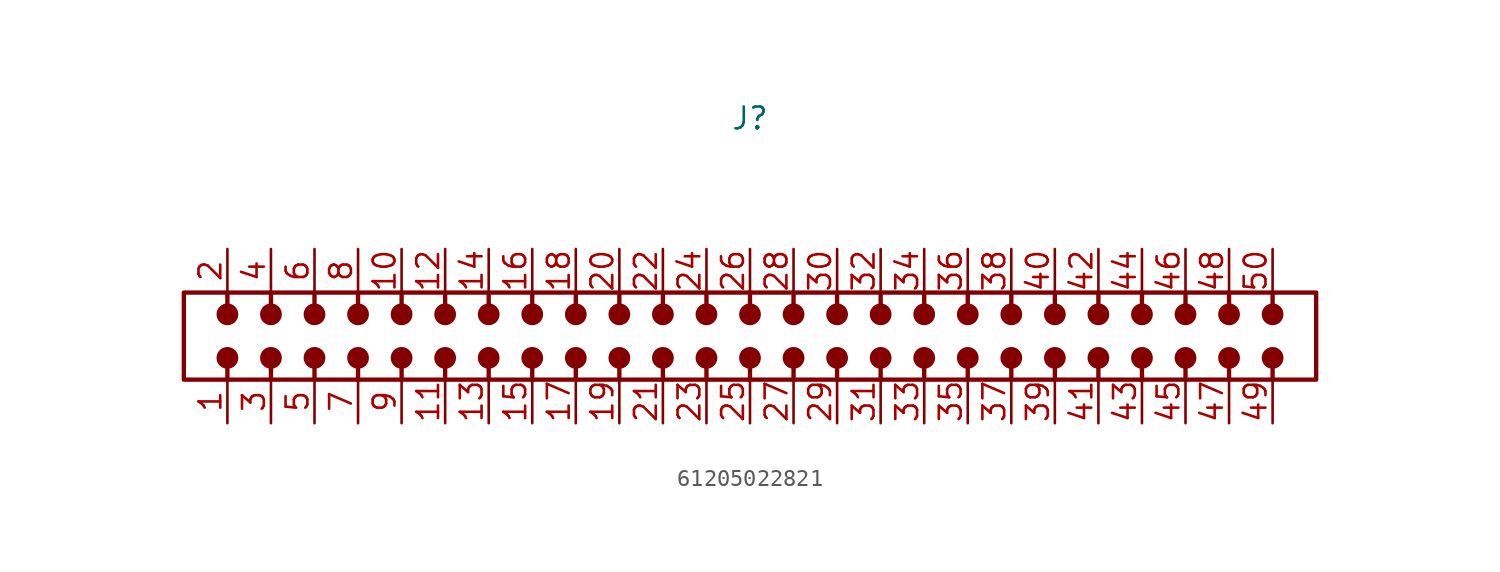
<source format=kicad_sym>
(kicad_symbol_lib
  (version 20241209)
  (generator "kicad_symbol_editor")
  (generator_version "9.0")
  (symbol "61205022821"
    (pin_names
      (hide yes))
    (property "Reference" "J"
      (at 0 12.7 0)
      (effects (font (size 1.27 1.27))))
    (symbol "61205022821_1_1"
      (rectangle (start -33.02 2.54) (end 33.02 -2.54) (stroke (width 0.254) (type solid)) (fill (type none)))
      (polyline (pts (xy -30.48 1.778) (xy -30.48 2.54)) (stroke (width 0.254) (type solid)) (fill (type none)))
      (circle (center -30.48 1.27) (radius 0.508) (stroke (width 0.254) (type solid)) (fill (type outline)))
      (circle (center -30.48 -1.27) (radius 0.508) (stroke (width 0.254) (type solid)) (fill (type outline)))
      (polyline (pts (xy -30.48 -1.778) (xy -30.48 -2.54)) (stroke (width 0.254) (type solid)) (fill (type none)))
      (polyline (pts (xy -27.94 1.778) (xy -27.94 2.54)) (stroke (width 0.254) (type solid)) (fill (type none)))
      (circle (center -27.94 1.27) (radius 0.508) (stroke (width 0.254) (type solid)) (fill (type outline)))
      (circle (center -27.94 -1.27) (radius 0.508) (stroke (width 0.254) (type solid)) (fill (type outline)))
      (polyline (pts (xy -27.94 -1.778) (xy -27.94 -2.54)) (stroke (width 0.254) (type solid)) (fill (type none)))
      (polyline (pts (xy -25.4 1.778) (xy -25.4 2.54)) (stroke (width 0.254) (type solid)) (fill (type none)))
      (circle (center -25.4 1.27) (radius 0.508) (stroke (width 0.254) (type solid)) (fill (type outline)))
      (circle (center -25.4 -1.27) (radius 0.508) (stroke (width 0.254) (type solid)) (fill (type outline)))
      (polyline (pts (xy -25.4 -1.778) (xy -25.4 -2.54)) (stroke (width 0.254) (type solid)) (fill (type none)))
      (polyline (pts (xy -22.86 1.778) (xy -22.86 2.54)) (stroke (width 0.254) (type solid)) (fill (type none)))
      (circle (center -22.86 1.27) (radius 0.508) (stroke (width 0.254) (type solid)) (fill (type outline)))
      (circle (center -22.86 -1.27) (radius 0.508) (stroke (width 0.254) (type solid)) (fill (type outline)))
      (polyline (pts (xy -22.86 -1.778) (xy -22.86 -2.54)) (stroke (width 0.254) (type solid)) (fill (type none)))
      (polyline (pts (xy -20.32 1.778) (xy -20.32 2.54)) (stroke (width 0.254) (type solid)) (fill (type none)))
      (circle (center -20.32 1.27) (radius 0.508) (stroke (width 0.254) (type solid)) (fill (type outline)))
      (circle (center -20.32 -1.27) (radius 0.508) (stroke (width 0.254) (type solid)) (fill (type outline)))
      (polyline (pts (xy -20.32 -1.778) (xy -20.32 -2.54)) (stroke (width 0.254) (type solid)) (fill (type none)))
      (polyline (pts (xy -17.78 1.778) (xy -17.78 2.54)) (stroke (width 0.254) (type solid)) (fill (type none)))
      (circle (center -17.78 1.27) (radius 0.508) (stroke (width 0.254) (type solid)) (fill (type outline)))
      (circle (center -17.78 -1.27) (radius 0.508) (stroke (width 0.254) (type solid)) (fill (type outline)))
      (polyline (pts (xy -17.78 -1.778) (xy -17.78 -2.54)) (stroke (width 0.254) (type solid)) (fill (type none)))
      (polyline (pts (xy -15.24 1.778) (xy -15.24 2.54)) (stroke (width 0.254) (type solid)) (fill (type none)))
      (circle (center -15.24 1.27) (radius 0.508) (stroke (width 0.254) (type solid)) (fill (type outline)))
      (circle (center -15.24 -1.27) (radius 0.508) (stroke (width 0.254) (type solid)) (fill (type outline)))
      (polyline (pts (xy -15.24 -1.778) (xy -15.24 -2.54)) (stroke (width 0.254) (type solid)) (fill (type none)))
      (polyline (pts (xy -12.7 1.778) (xy -12.7 2.54)) (stroke (width 0.254) (type solid)) (fill (type none)))
      (circle (center -12.7 1.27) (radius 0.508) (stroke (width 0.254) (type solid)) (fill (type outline)))
      (circle (center -12.7 -1.27) (radius 0.508) (stroke (width 0.254) (type solid)) (fill (type outline)))
      (polyline (pts (xy -12.7 -1.778) (xy -12.7 -2.54)) (stroke (width 0.254) (type solid)) (fill (type none)))
      (polyline (pts (xy -10.16 1.778) (xy -10.16 2.54)) (stroke (width 0.254) (type solid)) (fill (type none)))
      (circle (center -10.16 1.27) (radius 0.508) (stroke (width 0.254) (type solid)) (fill (type outline)))
      (circle (center -10.16 -1.27) (radius 0.508) (stroke (width 0.254) (type solid)) (fill (type outline)))
      (polyline (pts (xy -10.16 -1.778) (xy -10.16 -2.54)) (stroke (width 0.254) (type solid)) (fill (type none)))
      (polyline (pts (xy -7.62 1.778) (xy -7.62 2.54)) (stroke (width 0.254) (type solid)) (fill (type none)))
      (circle (center -7.62 1.27) (radius 0.508) (stroke (width 0.254) (type solid)) (fill (type outline)))
      (circle (center -7.62 -1.27) (radius 0.508) (stroke (width 0.254) (type solid)) (fill (type outline)))
      (polyline (pts (xy -7.62 -1.778) (xy -7.62 -2.54)) (stroke (width 0.254) (type solid)) (fill (type none)))
      (polyline (pts (xy -5.08 1.778) (xy -5.08 2.54)) (stroke (width 0.254) (type solid)) (fill (type none)))
      (circle (center -5.08 1.27) (radius 0.508) (stroke (width 0.254) (type solid)) (fill (type outline)))
      (circle (center -5.08 -1.27) (radius 0.508) (stroke (width 0.254) (type solid)) (fill (type outline)))
      (polyline (pts (xy -5.08 -1.778) (xy -5.08 -2.54)) (stroke (width 0.254) (type solid)) (fill (type none)))
      (polyline (pts (xy -2.54 1.778) (xy -2.54 2.54)) (stroke (width 0.254) (type solid)) (fill (type none)))
      (circle (center -2.54 1.27) (radius 0.508) (stroke (width 0.254) (type solid)) (fill (type outline)))
      (circle (center -2.54 -1.27) (radius 0.508) (stroke (width 0.254) (type solid)) (fill (type outline)))
      (polyline (pts (xy -2.54 -1.778) (xy -2.54 -2.54)) (stroke (width 0.254) (type solid)) (fill (type none)))
      (polyline (pts (xy 0 1.778) (xy 0 2.54)) (stroke (width 0.254) (type solid)) (fill (type none)))
      (circle (center 0 1.27) (radius 0.508) (stroke (width 0.254) (type solid)) (fill (type outline)))
      (circle (center 0 -1.27) (radius 0.508) (stroke (width 0.254) (type solid)) (fill (type outline)))
      (polyline (pts (xy 0 -1.778) (xy 0 -2.54)) (stroke (width 0.254) (type solid)) (fill (type none)))
      (polyline (pts (xy 2.54 1.778) (xy 2.54 2.54)) (stroke (width 0.254) (type solid)) (fill (type none)))
      (circle (center 2.54 1.27) (radius 0.508) (stroke (width 0.254) (type solid)) (fill (type outline)))
      (circle (center 2.54 -1.27) (radius 0.508) (stroke (width 0.254) (type solid)) (fill (type outline)))
      (polyline (pts (xy 2.54 -1.778) (xy 2.54 -2.54)) (stroke (width 0.254) (type solid)) (fill (type none)))
      (polyline (pts (xy 5.08 1.778) (xy 5.08 2.54)) (stroke (width 0.254) (type solid)) (fill (type none)))
      (circle (center 5.08 1.27) (radius 0.508) (stroke (width 0.254) (type solid)) (fill (type outline)))
      (circle (center 5.08 -1.27) (radius 0.508) (stroke (width 0.254) (type solid)) (fill (type outline)))
      (polyline (pts (xy 5.08 -1.778) (xy 5.08 -2.54)) (stroke (width 0.254) (type solid)) (fill (type none)))
      (polyline (pts (xy 7.62 1.778) (xy 7.62 2.54)) (stroke (width 0.254) (type solid)) (fill (type none)))
      (circle (center 7.62 1.27) (radius 0.508) (stroke (width 0.254) (type solid)) (fill (type outline)))
      (circle (center 7.62 -1.27) (radius 0.508) (stroke (width 0.254) (type solid)) (fill (type outline)))
      (polyline (pts (xy 7.62 -1.778) (xy 7.62 -2.54)) (stroke (width 0.254) (type solid)) (fill (type none)))
      (polyline (pts (xy 10.16 1.778) (xy 10.16 2.54)) (stroke (width 0.254) (type solid)) (fill (type none)))
      (circle (center 10.16 1.27) (radius 0.508) (stroke (width 0.254) (type solid)) (fill (type outline)))
      (circle (center 10.16 -1.27) (radius 0.508) (stroke (width 0.254) (type solid)) (fill (type outline)))
      (polyline (pts (xy 10.16 -1.778) (xy 10.16 -2.54)) (stroke (width 0.254) (type solid)) (fill (type none)))
      (polyline (pts (xy 12.7 1.778) (xy 12.7 2.54)) (stroke (width 0.254) (type solid)) (fill (type none)))
      (circle (center 12.7 1.27) (radius 0.508) (stroke (width 0.254) (type solid)) (fill (type outline)))
      (circle (center 12.7 -1.27) (radius 0.508) (stroke (width 0.254) (type solid)) (fill (type outline)))
      (polyline (pts (xy 12.7 -1.778) (xy 12.7 -2.54)) (stroke (width 0.254) (type solid)) (fill (type none)))
      (polyline (pts (xy 15.24 1.778) (xy 15.24 2.54)) (stroke (width 0.254) (type solid)) (fill (type none)))
      (circle (center 15.24 1.27) (radius 0.508) (stroke (width 0.254) (type solid)) (fill (type outline)))
      (circle (center 15.24 -1.27) (radius 0.508) (stroke (width 0.254) (type solid)) (fill (type outline)))
      (polyline (pts (xy 15.24 -1.778) (xy 15.24 -2.54)) (stroke (width 0.254) (type solid)) (fill (type none)))
      (polyline (pts (xy 17.78 1.778) (xy 17.78 2.54)) (stroke (width 0.254) (type solid)) (fill (type none)))
      (circle (center 17.78 1.27) (radius 0.508) (stroke (width 0.254) (type solid)) (fill (type outline)))
      (circle (center 17.78 -1.27) (radius 0.508) (stroke (width 0.254) (type solid)) (fill (type outline)))
      (polyline (pts (xy 17.78 -1.778) (xy 17.78 -2.54)) (stroke (width 0.254) (type solid)) (fill (type none)))
      (polyline (pts (xy 20.32 1.778) (xy 20.32 2.54)) (stroke (width 0.254) (type solid)) (fill (type none)))
      (circle (center 20.32 1.27) (radius 0.508) (stroke (width 0.254) (type solid)) (fill (type outline)))
      (circle (center 20.32 -1.27) (radius 0.508) (stroke (width 0.254) (type solid)) (fill (type outline)))
      (polyline (pts (xy 20.32 -1.778) (xy 20.32 -2.54)) (stroke (width 0.254) (type solid)) (fill (type none)))
      (polyline (pts (xy 22.86 1.778) (xy 22.86 2.54)) (stroke (width 0.254) (type solid)) (fill (type none)))
      (circle (center 22.86 1.27) (radius 0.508) (stroke (width 0.254) (type solid)) (fill (type outline)))
      (circle (center 22.86 -1.27) (radius 0.508) (stroke (width 0.254) (type solid)) (fill (type outline)))
      (polyline (pts (xy 22.86 -1.778) (xy 22.86 -2.54)) (stroke (width 0.254) (type solid)) (fill (type none)))
      (polyline (pts (xy 25.4 1.778) (xy 25.4 2.54)) (stroke (width 0.254) (type solid)) (fill (type none)))
      (circle (center 25.4 1.27) (radius 0.508) (stroke (width 0.254) (type solid)) (fill (type outline)))
      (circle (center 25.4 -1.27) (radius 0.508) (stroke (width 0.254) (type solid)) (fill (type outline)))
      (polyline (pts (xy 25.4 -1.778) (xy 25.4 -2.54)) (stroke (width 0.254) (type solid)) (fill (type none)))
      (polyline (pts (xy 27.94 1.778) (xy 27.94 2.54)) (stroke (width 0.254) (type solid)) (fill (type none)))
      (circle (center 27.94 1.27) (radius 0.508) (stroke (width 0.254) (type solid)) (fill (type outline)))
      (circle (center 27.94 -1.27) (radius 0.508) (stroke (width 0.254) (type solid)) (fill (type outline)))
      (polyline (pts (xy 27.94 -1.778) (xy 27.94 -2.54)) (stroke (width 0.254) (type solid)) (fill (type none)))
      (polyline (pts (xy 30.48 1.778) (xy 30.48 2.54)) (stroke (width 0.254) (type solid)) (fill (type none)))
      (circle (center 30.48 1.27) (radius 0.508) (stroke (width 0.254) (type solid)) (fill (type outline)))
      (circle (center 30.48 -1.27) (radius 0.508) (stroke (width 0.254) (type solid)) (fill (type outline)))
      (polyline (pts (xy 30.48 -1.778) (xy 30.48 -2.54)) (stroke (width 0.254) (type solid)) (fill (type none)))
      (pin passive line (at -30.48 5.08 270) (length 2.54) (name "2" (effects (font (size 1.27 1.27)))) (number "2" (effects (font (size 1.27 1.27)))))
      (pin passive line (at -30.48 -5.08 90) (length 2.54) (name "1" (effects (font (size 1.27 1.27)))) (number "1" (effects (font (size 1.27 1.27)))))
      (pin passive line (at -27.94 5.08 270) (length 2.54) (name "4" (effects (font (size 1.27 1.27)))) (number "4" (effects (font (size 1.27 1.27)))))
      (pin passive line (at -27.94 -5.08 90) (length 2.54) (name "3" (effects (font (size 1.27 1.27)))) (number "3" (effects (font (size 1.27 1.27)))))
      (pin passive line (at -25.4 5.08 270) (length 2.54) (name "6" (effects (font (size 1.27 1.27)))) (number "6" (effects (font (size 1.27 1.27)))))
      (pin passive line (at -25.4 -5.08 90) (length 2.54) (name "5" (effects (font (size 1.27 1.27)))) (number "5" (effects (font (size 1.27 1.27)))))
      (pin passive line (at -22.86 5.08 270) (length 2.54) (name "8" (effects (font (size 1.27 1.27)))) (number "8" (effects (font (size 1.27 1.27)))))
      (pin passive line (at -22.86 -5.08 90) (length 2.54) (name "7" (effects (font (size 1.27 1.27)))) (number "7" (effects (font (size 1.27 1.27)))))
      (pin passive line (at -20.32 5.08 270) (length 2.54) (name "10" (effects (font (size 1.27 1.27)))) (number "10" (effects (font (size 1.27 1.27)))))
      (pin passive line (at -20.32 -5.08 90) (length 2.54) (name "9" (effects (font (size 1.27 1.27)))) (number "9" (effects (font (size 1.27 1.27)))))
      (pin passive line (at -17.78 5.08 270) (length 2.54) (name "12" (effects (font (size 1.27 1.27)))) (number "12" (effects (font (size 1.27 1.27)))))
      (pin passive line (at -17.78 -5.08 90) (length 2.54) (name "11" (effects (font (size 1.27 1.27)))) (number "11" (effects (font (size 1.27 1.27)))))
      (pin passive line (at -15.24 5.08 270) (length 2.54) (name "14" (effects (font (size 1.27 1.27)))) (number "14" (effects (font (size 1.27 1.27)))))
      (pin passive line (at -15.24 -5.08 90) (length 2.54) (name "13" (effects (font (size 1.27 1.27)))) (number "13" (effects (font (size 1.27 1.27)))))
      (pin passive line (at -12.7 5.08 270) (length 2.54) (name "16" (effects (font (size 1.27 1.27)))) (number "16" (effects (font (size 1.27 1.27)))))
      (pin passive line (at -12.7 -5.08 90) (length 2.54) (name "15" (effects (font (size 1.27 1.27)))) (number "15" (effects (font (size 1.27 1.27)))))
      (pin passive line (at -10.16 5.08 270) (length 2.54) (name "18" (effects (font (size 1.27 1.27)))) (number "18" (effects (font (size 1.27 1.27)))))
      (pin passive line (at -10.16 -5.08 90) (length 2.54) (name "17" (effects (font (size 1.27 1.27)))) (number "17" (effects (font (size 1.27 1.27)))))
      (pin passive line (at -7.62 5.08 270) (length 2.54) (name "20" (effects (font (size 1.27 1.27)))) (number "20" (effects (font (size 1.27 1.27)))))
      (pin passive line (at -7.62 -5.08 90) (length 2.54) (name "19" (effects (font (size 1.27 1.27)))) (number "19" (effects (font (size 1.27 1.27)))))
      (pin passive line (at -5.08 5.08 270) (length 2.54) (name "22" (effects (font (size 1.27 1.27)))) (number "22" (effects (font (size 1.27 1.27)))))
      (pin passive line (at -5.08 -5.08 90) (length 2.54) (name "21" (effects (font (size 1.27 1.27)))) (number "21" (effects (font (size 1.27 1.27)))))
      (pin passive line (at -2.54 5.08 270) (length 2.54) (name "24" (effects (font (size 1.27 1.27)))) (number "24" (effects (font (size 1.27 1.27)))))
      (pin passive line (at -2.54 -5.08 90) (length 2.54) (name "23" (effects (font (size 1.27 1.27)))) (number "23" (effects (font (size 1.27 1.27)))))
      (pin passive line (at 0 5.08 270) (length 2.54) (name "26" (effects (font (size 1.27 1.27)))) (number "26" (effects (font (size 1.27 1.27)))))
      (pin passive line (at 0 -5.08 90) (length 2.54) (name "25" (effects (font (size 1.27 1.27)))) (number "25" (effects (font (size 1.27 1.27)))))
      (pin passive line (at 2.54 5.08 270) (length 2.54) (name "28" (effects (font (size 1.27 1.27)))) (number "28" (effects (font (size 1.27 1.27)))))
      (pin passive line (at 2.54 -5.08 90) (length 2.54) (name "27" (effects (font (size 1.27 1.27)))) (number "27" (effects (font (size 1.27 1.27)))))
      (pin passive line (at 5.08 5.08 270) (length 2.54) (name "30" (effects (font (size 1.27 1.27)))) (number "30" (effects (font (size 1.27 1.27)))))
      (pin passive line (at 5.08 -5.08 90) (length 2.54) (name "29" (effects (font (size 1.27 1.27)))) (number "29" (effects (font (size 1.27 1.27)))))
      (pin passive line (at 7.62 5.08 270) (length 2.54) (name "32" (effects (font (size 1.27 1.27)))) (number "32" (effects (font (size 1.27 1.27)))))
      (pin passive line (at 7.62 -5.08 90) (length 2.54) (name "31" (effects (font (size 1.27 1.27)))) (number "31" (effects (font (size 1.27 1.27)))))
      (pin passive line (at 10.16 5.08 270) (length 2.54) (name "34" (effects (font (size 1.27 1.27)))) (number "34" (effects (font (size 1.27 1.27)))))
      (pin passive line (at 10.16 -5.08 90) (length 2.54) (name "33" (effects (font (size 1.27 1.27)))) (number "33" (effects (font (size 1.27 1.27)))))
      (pin passive line (at 12.7 5.08 270) (length 2.54) (name "36" (effects (font (size 1.27 1.27)))) (number "36" (effects (font (size 1.27 1.27)))))
      (pin passive line (at 12.7 -5.08 90) (length 2.54) (name "35" (effects (font (size 1.27 1.27)))) (number "35" (effects (font (size 1.27 1.27)))))
      (pin passive line (at 15.24 5.08 270) (length 2.54) (name "38" (effects (font (size 1.27 1.27)))) (number "38" (effects (font (size 1.27 1.27)))))
      (pin passive line (at 15.24 -5.08 90) (length 2.54) (name "37" (effects (font (size 1.27 1.27)))) (number "37" (effects (font (size 1.27 1.27)))))
      (pin passive line (at 17.78 5.08 270) (length 2.54) (name "40" (effects (font (size 1.27 1.27)))) (number "40" (effects (font (size 1.27 1.27)))))
      (pin passive line (at 17.78 -5.08 90) (length 2.54) (name "39" (effects (font (size 1.27 1.27)))) (number "39" (effects (font (size 1.27 1.27)))))
      (pin passive line (at 20.32 5.08 270) (length 2.54) (name "42" (effects (font (size 1.27 1.27)))) (number "42" (effects (font (size 1.27 1.27)))))
      (pin passive line (at 20.32 -5.08 90) (length 2.54) (name "41" (effects (font (size 1.27 1.27)))) (number "41" (effects (font (size 1.27 1.27)))))
      (pin passive line (at 22.86 5.08 270) (length 2.54) (name "44" (effects (font (size 1.27 1.27)))) (number "44" (effects (font (size 1.27 1.27)))))
      (pin passive line (at 22.86 -5.08 90) (length 2.54) (name "43" (effects (font (size 1.27 1.27)))) (number "43" (effects (font (size 1.27 1.27)))))
      (pin passive line (at 25.4 5.08 270) (length 2.54) (name "46" (effects (font (size 1.27 1.27)))) (number "46" (effects (font (size 1.27 1.27)))))
      (pin passive line (at 25.4 -5.08 90) (length 2.54) (name "45" (effects (font (size 1.27 1.27)))) (number "45" (effects (font (size 1.27 1.27)))))
      (pin passive line (at 27.94 5.08 270) (length 2.54) (name "48" (effects (font (size 1.27 1.27)))) (number "48" (effects (font (size 1.27 1.27)))))
      (pin passive line (at 27.94 -5.08 90) (length 2.54) (name "47" (effects (font (size 1.27 1.27)))) (number "47" (effects (font (size 1.27 1.27)))))
      (pin passive line (at 30.48 5.08 270) (length 2.54) (name "50" (effects (font (size 1.27 1.27)))) (number "50" (effects (font (size 1.27 1.27)))))
      (pin passive line (at 30.48 -5.08 90) (length 2.54) (name "49" (effects (font (size 1.27 1.27)))) (number "49" (effects (font (size 1.27 1.27))))))))
</source>
